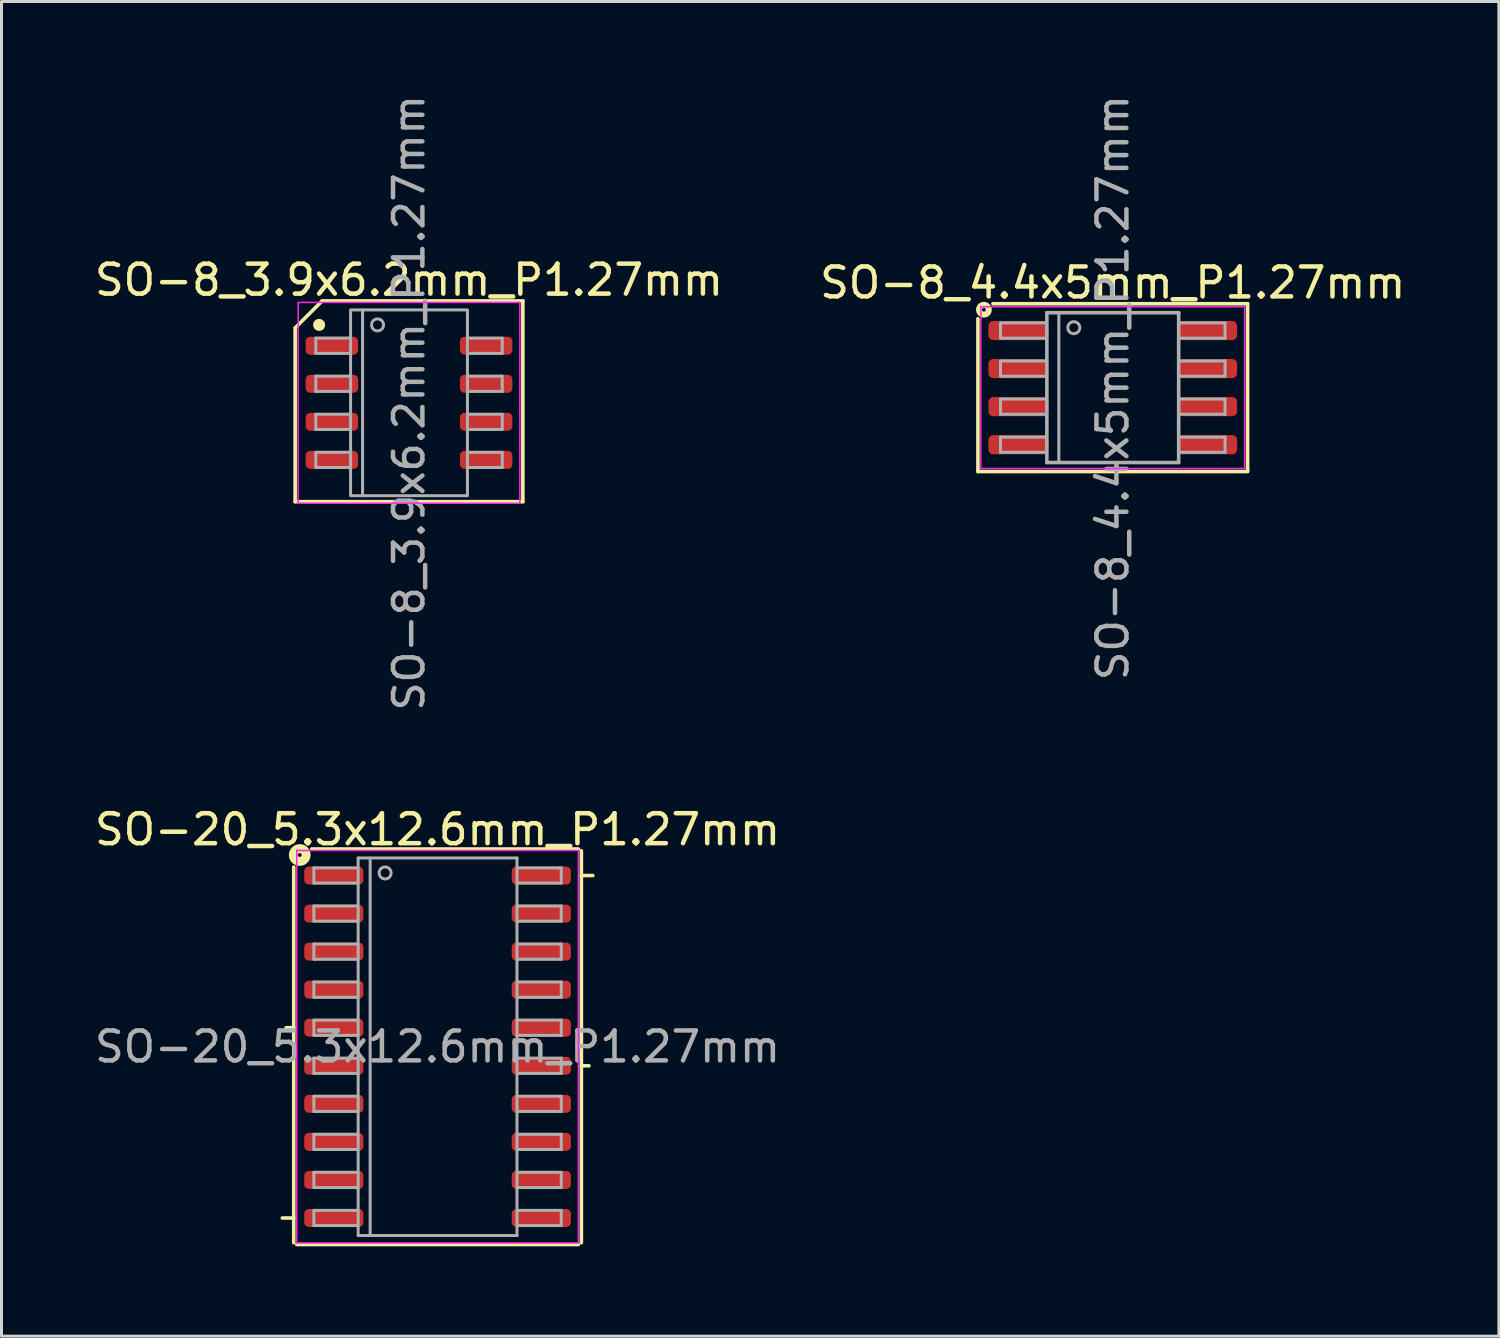
<source format=kicad_pcb>
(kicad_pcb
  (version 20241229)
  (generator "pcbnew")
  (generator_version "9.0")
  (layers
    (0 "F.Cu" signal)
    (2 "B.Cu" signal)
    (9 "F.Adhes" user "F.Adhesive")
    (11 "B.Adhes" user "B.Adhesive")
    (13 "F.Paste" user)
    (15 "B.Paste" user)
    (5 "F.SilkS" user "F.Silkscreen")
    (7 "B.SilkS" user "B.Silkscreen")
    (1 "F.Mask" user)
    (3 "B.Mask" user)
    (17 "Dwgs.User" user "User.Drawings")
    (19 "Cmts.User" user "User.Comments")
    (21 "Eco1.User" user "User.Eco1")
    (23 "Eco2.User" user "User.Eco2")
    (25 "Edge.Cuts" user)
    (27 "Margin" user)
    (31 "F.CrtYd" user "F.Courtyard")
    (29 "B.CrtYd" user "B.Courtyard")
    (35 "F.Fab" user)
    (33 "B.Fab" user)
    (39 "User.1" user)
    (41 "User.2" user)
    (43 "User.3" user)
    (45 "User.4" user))
  (footprint "SO-8_4.4x5mm_P1.27mm"
    (layer "F.Cu")
    (at 34.089 9.887)
    (property "Reference" "SO-8_4.4x5mm_P1.27mm" (at 0 -3.5 0) (layer "F.SilkS") (effects (font (size 1 1) (thickness 0.15))))
    (attr smd)
    (fp_line (start -4.5 2.8) (end -4.5 -2.3) (stroke (width 0.12) (type solid)) (layer "F.SilkS"))
    (fp_line (start -4 -2.8) (end 4.5 -2.8) (stroke (width 0.12) (type solid)) (layer "F.SilkS"))
    (fp_line (start 4.5 -2.8) (end 4.5 2.8) (stroke (width 0.12) (type solid)) (layer "F.SilkS"))
    (fp_line (start 4.5 2.8) (end -4.5 2.8) (stroke (width 0.12) (type solid)) (layer "F.SilkS"))
    (fp_circle (center -4.3 -2.6) (end -4.237 -2.6) (stroke (width 0.2) (type solid)) (fill no) (layer "F.SilkS"))
    (fp_line (start -4.4 -2.7) (end -4.4 2.7) (stroke (width 0.05) (type solid)) (layer "F.CrtYd"))
    (fp_line (start -4.4 -2.7) (end 4.4 -2.7) (stroke (width 0.05) (type solid)) (layer "F.CrtYd"))
    (fp_line (start 4.4 2.7) (end -4.4 2.7) (stroke (width 0.05) (type solid)) (layer "F.CrtYd"))
    (fp_line (start 4.4 2.7) (end 4.4 -2.7) (stroke (width 0.05) (type solid)) (layer "F.CrtYd"))
    (fp_line (start -3.747 -2.159) (end -3.747 -1.651) (stroke (width 0.1) (type solid)) (layer "F.Fab"))
    (fp_line (start -3.747 -2.159) (end -2.223 -2.159) (stroke (width 0.1) (type solid)) (layer "F.Fab"))
    (fp_line (start -3.747 -1.651) (end -2.223 -1.651) (stroke (width 0.1) (type solid)) (layer "F.Fab"))
    (fp_line (start -3.747 -0.889) (end -3.747 -0.381) (stroke (width 0.1) (type solid)) (layer "F.Fab"))
    (fp_line (start -3.747 -0.889) (end -2.223 -0.889) (stroke (width 0.1) (type solid)) (layer "F.Fab"))
    (fp_line (start -3.747 -0.381) (end -2.223 -0.381) (stroke (width 0.1) (type solid)) (layer "F.Fab"))
    (fp_line (start -3.747 0.381) (end -3.747 0.889) (stroke (width 0.1) (type solid)) (layer "F.Fab"))
    (fp_line (start -3.747 0.381) (end -2.223 0.381) (stroke (width 0.1) (type solid)) (layer "F.Fab"))
    (fp_line (start -3.747 0.889) (end -2.223 0.889) (stroke (width 0.1) (type solid)) (layer "F.Fab"))
    (fp_line (start -3.747 1.651) (end -3.747 2.159) (stroke (width 0.1) (type solid)) (layer "F.Fab"))
    (fp_line (start -3.747 1.651) (end -2.223 1.651) (stroke (width 0.1) (type solid)) (layer "F.Fab"))
    (fp_line (start -3.747 2.159) (end -2.223 2.159) (stroke (width 0.1) (type solid)) (layer "F.Fab"))
    (fp_line (start -2.2 -2.5) (end 2.2 -2.5) (stroke (width 0.12) (type solid)) (layer "F.Fab"))
    (fp_line (start -2.2 2.5) (end -2.2 -2.5) (stroke (width 0.12) (type solid)) (layer "F.Fab"))
    (fp_line (start -1.8 -2.5) (end -1.8 2.5) (stroke (width 0.1) (type solid)) (layer "F.Fab"))
    (fp_line (start 2.2 -2.5) (end 2.2 2.5) (stroke (width 0.12) (type solid)) (layer "F.Fab"))
    (fp_line (start 2.2 2.5) (end -2.2 2.5) (stroke (width 0.12) (type solid)) (layer "F.Fab"))
    (fp_line (start 3.747 -2.159) (end 2.223 -2.159) (stroke (width 0.1) (type solid)) (layer "F.Fab"))
    (fp_line (start 3.747 -1.651) (end 2.223 -1.651) (stroke (width 0.1) (type solid)) (layer "F.Fab"))
    (fp_line (start 3.747 -1.651) (end 3.747 -2.159) (stroke (width 0.1) (type solid)) (layer "F.Fab"))
    (fp_line (start 3.747 -0.889) (end 2.223 -0.889) (stroke (width 0.1) (type solid)) (layer "F.Fab"))
    (fp_line (start 3.747 -0.381) (end 2.223 -0.381) (stroke (width 0.1) (type solid)) (layer "F.Fab"))
    (fp_line (start 3.747 -0.381) (end 3.747 -0.889) (stroke (width 0.1) (type solid)) (layer "F.Fab"))
    (fp_line (start 3.747 0.381) (end 2.223 0.381) (stroke (width 0.1) (type solid)) (layer "F.Fab"))
    (fp_line (start 3.747 0.889) (end 2.223 0.889) (stroke (width 0.1) (type solid)) (layer "F.Fab"))
    (fp_line (start 3.747 0.889) (end 3.747 0.381) (stroke (width 0.1) (type solid)) (layer "F.Fab"))
    (fp_line (start 3.747 1.651) (end 2.223 1.651) (stroke (width 0.1) (type solid)) (layer "F.Fab"))
    (fp_line (start 3.747 2.159) (end 2.223 2.159) (stroke (width 0.1) (type solid)) (layer "F.Fab"))
    (fp_line (start 3.747 2.159) (end 3.747 1.651) (stroke (width 0.1) (type solid)) (layer "F.Fab"))
    (fp_circle (center -1.3 -2) (end -1.1 -2) (stroke (width 0.1) (type solid)) (fill no) (layer "F.Fab"))
    (fp_text user "${REFERENCE}" (at 0 0 90) (layer "F.Fab") (effects (font (size 1 1) (thickness 0.15))))
    (pad "1" smd roundrect (at -3.15 -1.905) (size 2 0.64) (layers "F.Cu" "F.Mask" "F.Paste") (roundrect_rratio 0.25))
    (pad "2" smd roundrect (at -3.15 -0.635) (size 2 0.64) (layers "F.Cu" "F.Mask" "F.Paste") (roundrect_rratio 0.25))
    (pad "3" smd roundrect (at -3.15 0.635) (size 2 0.64) (layers "F.Cu" "F.Mask" "F.Paste") (roundrect_rratio 0.25))
    (pad "4" smd roundrect (at -3.15 1.905) (size 2 0.64) (layers "F.Cu" "F.Mask" "F.Paste") (roundrect_rratio 0.25))
    (pad "5" smd roundrect (at 3.15 1.905) (size 2 0.64) (layers "F.Cu" "F.Mask" "F.Paste") (roundrect_rratio 0.25))
    (pad "6" smd roundrect (at 3.15 0.635) (size 2 0.64) (layers "F.Cu" "F.Mask" "F.Paste") (roundrect_rratio 0.25))
    (pad "7" smd roundrect (at 3.15 -0.635) (size 2 0.64) (layers "F.Cu" "F.Mask" "F.Paste") (roundrect_rratio 0.25))
    (pad "8" smd roundrect (at 3.15 -1.905) (size 2 0.64) (layers "F.Cu" "F.Mask" "F.Paste") (roundrect_rratio 0.25)))
  (footprint "SO-20_5.3x12.6mm_P1.27mm"
    (layer "F.Cu")
    (at 11.554 31.886)
    (property "Reference" "SO-20_5.3x12.6mm_P1.27mm" (at 0 -7.25 0) (layer "F.SilkS") (effects (font (size 1 1) (thickness 0.15))))
    (attr smd)
    (fp_line (start -4.8 -6) (end -4.8 6.54) (stroke (width 0.12) (type solid)) (layer "F.SilkS"))
    (fp_line (start -4.8 -0.635) (end -5.054 -0.635) (stroke (width 0.12) (type solid)) (layer "F.SilkS"))
    (fp_line (start -4.8 5.715) (end -5.181 5.715) (stroke (width 0.12) (type solid)) (layer "F.SilkS"))
    (fp_line (start -4.699 6.6) (end 4.699 6.6) (stroke (width 0.12) (type solid)) (layer "F.SilkS"))
    (fp_line (start 4.699 -6.6) (end -4.2 -6.6) (stroke (width 0.12) (type solid)) (layer "F.SilkS"))
    (fp_line (start 4.8 -5.715) (end 5.181 -5.715) (stroke (width 0.12) (type solid)) (layer "F.SilkS"))
    (fp_line (start 4.8 0.635) (end 5.054 0.635) (stroke (width 0.12) (type solid)) (layer "F.SilkS"))
    (fp_line (start 4.8 6.54) (end 4.8 -6.54) (stroke (width 0.12) (type solid)) (layer "F.SilkS"))
    (fp_circle (center -4.6 -6.4) (end -4.537 -6.4) (stroke (width 0.3) (type solid)) (fill no) (layer "F.SilkS"))
    (fp_line (start -4.7 -6.55) (end -4.7 6.55) (stroke (width 0.05) (type solid)) (layer "F.CrtYd"))
    (fp_line (start -4.7 6.55) (end 4.7 6.55) (stroke (width 0.05) (type solid)) (layer "F.CrtYd"))
    (fp_line (start 4.7 -6.55) (end -4.7 -6.55) (stroke (width 0.05) (type solid)) (layer "F.CrtYd"))
    (fp_line (start 4.7 6.55) (end 4.7 -6.55) (stroke (width 0.05) (type solid)) (layer "F.CrtYd"))
    (fp_line (start -4.128 -5.969) (end -4.128 -5.461) (stroke (width 0.1) (type solid)) (layer "F.Fab"))
    (fp_line (start -4.128 -5.969) (end -2.667 -5.969) (stroke (width 0.1) (type solid)) (layer "F.Fab"))
    (fp_line (start -4.128 -5.461) (end -2.667 -5.461) (stroke (width 0.1) (type solid)) (layer "F.Fab"))
    (fp_line (start -4.128 -4.699) (end -4.128 -4.191) (stroke (width 0.1) (type solid)) (layer "F.Fab"))
    (fp_line (start -4.128 -4.699) (end -2.667 -4.699) (stroke (width 0.1) (type solid)) (layer "F.Fab"))
    (fp_line (start -4.128 -4.191) (end -2.667 -4.191) (stroke (width 0.1) (type solid)) (layer "F.Fab"))
    (fp_line (start -4.128 -3.429) (end -4.128 -2.921) (stroke (width 0.1) (type solid)) (layer "F.Fab"))
    (fp_line (start -4.128 -3.429) (end -2.667 -3.429) (stroke (width 0.1) (type solid)) (layer "F.Fab"))
    (fp_line (start -4.128 -2.921) (end -2.667 -2.921) (stroke (width 0.1) (type solid)) (layer "F.Fab"))
    (fp_line (start -4.128 -2.159) (end -4.128 -1.651) (stroke (width 0.1) (type solid)) (layer "F.Fab"))
    (fp_line (start -4.128 -2.159) (end -2.667 -2.159) (stroke (width 0.1) (type solid)) (layer "F.Fab"))
    (fp_line (start -4.128 -1.651) (end -2.667 -1.651) (stroke (width 0.1) (type solid)) (layer "F.Fab"))
    (fp_line (start -4.128 -0.889) (end -4.128 -0.381) (stroke (width 0.1) (type solid)) (layer "F.Fab"))
    (fp_line (start -4.128 -0.889) (end -2.667 -0.889) (stroke (width 0.1) (type solid)) (layer "F.Fab"))
    (fp_line (start -4.128 -0.381) (end -2.667 -0.381) (stroke (width 0.1) (type solid)) (layer "F.Fab"))
    (fp_line (start -4.128 0.381) (end -4.128 0.889) (stroke (width 0.1) (type solid)) (layer "F.Fab"))
    (fp_line (start -4.128 0.381) (end -2.667 0.381) (stroke (width 0.1) (type solid)) (layer "F.Fab"))
    (fp_line (start -4.128 0.889) (end -2.667 0.889) (stroke (width 0.1) (type solid)) (layer "F.Fab"))
    (fp_line (start -4.128 1.651) (end -4.128 2.159) (stroke (width 0.1) (type solid)) (layer "F.Fab"))
    (fp_line (start -4.128 1.651) (end -2.667 1.651) (stroke (width 0.1) (type solid)) (layer "F.Fab"))
    (fp_line (start -4.128 2.159) (end -2.667 2.159) (stroke (width 0.1) (type solid)) (layer "F.Fab"))
    (fp_line (start -4.128 2.921) (end -4.128 3.429) (stroke (width 0.1) (type solid)) (layer "F.Fab"))
    (fp_line (start -4.128 2.921) (end -2.667 2.921) (stroke (width 0.1) (type solid)) (layer "F.Fab"))
    (fp_line (start -4.128 3.429) (end -2.667 3.429) (stroke (width 0.1) (type solid)) (layer "F.Fab"))
    (fp_line (start -4.128 4.191) (end -4.128 4.699) (stroke (width 0.1) (type solid)) (layer "F.Fab"))
    (fp_line (start -4.128 4.191) (end -2.667 4.191) (stroke (width 0.1) (type solid)) (layer "F.Fab"))
    (fp_line (start -4.128 4.699) (end -2.667 4.699) (stroke (width 0.1) (type solid)) (layer "F.Fab"))
    (fp_line (start -4.128 5.461) (end -4.128 5.969) (stroke (width 0.1) (type solid)) (layer "F.Fab"))
    (fp_line (start -4.128 5.461) (end -2.667 5.461) (stroke (width 0.1) (type solid)) (layer "F.Fab"))
    (fp_line (start -4.128 5.969) (end -2.667 5.969) (stroke (width 0.1) (type solid)) (layer "F.Fab"))
    (fp_line (start -2.65 -6.3) (end 2.65 -6.3) (stroke (width 0.1) (type solid)) (layer "F.Fab"))
    (fp_line (start -2.65 6.3) (end -2.65 -6.3) (stroke (width 0.1) (type solid)) (layer "F.Fab"))
    (fp_line (start -2.25 -6.3) (end -2.25 6.3) (stroke (width 0.1) (type solid)) (layer "F.Fab"))
    (fp_line (start 2.65 -6.3) (end 2.65 6.3) (stroke (width 0.1) (type solid)) (layer "F.Fab"))
    (fp_line (start 2.65 6.3) (end -2.65 6.3) (stroke (width 0.1) (type solid)) (layer "F.Fab"))
    (fp_line (start 4.128 -5.969) (end 2.667 -5.969) (stroke (width 0.1) (type solid)) (layer "F.Fab"))
    (fp_line (start 4.128 -5.461) (end 2.667 -5.461) (stroke (width 0.1) (type solid)) (layer "F.Fab"))
    (fp_line (start 4.128 -5.461) (end 4.128 -5.969) (stroke (width 0.1) (type solid)) (layer "F.Fab"))
    (fp_line (start 4.128 -4.699) (end 2.667 -4.699) (stroke (width 0.1) (type solid)) (layer "F.Fab"))
    (fp_line (start 4.128 -4.191) (end 2.667 -4.191) (stroke (width 0.1) (type solid)) (layer "F.Fab"))
    (fp_line (start 4.128 -4.191) (end 4.128 -4.699) (stroke (width 0.1) (type solid)) (layer "F.Fab"))
    (fp_line (start 4.128 -3.429) (end 2.667 -3.429) (stroke (width 0.1) (type solid)) (layer "F.Fab"))
    (fp_line (start 4.128 -2.921) (end 2.667 -2.921) (stroke (width 0.1) (type solid)) (layer "F.Fab"))
    (fp_line (start 4.128 -2.921) (end 4.128 -3.429) (stroke (width 0.1) (type solid)) (layer "F.Fab"))
    (fp_line (start 4.128 -2.159) (end 2.667 -2.159) (stroke (width 0.1) (type solid)) (layer "F.Fab"))
    (fp_line (start 4.128 -1.651) (end 2.667 -1.651) (stroke (width 0.1) (type solid)) (layer "F.Fab"))
    (fp_line (start 4.128 -1.651) (end 4.128 -2.159) (stroke (width 0.1) (type solid)) (layer "F.Fab"))
    (fp_line (start 4.128 -0.889) (end 2.667 -0.889) (stroke (width 0.1) (type solid)) (layer "F.Fab"))
    (fp_line (start 4.128 -0.381) (end 2.667 -0.381) (stroke (width 0.1) (type solid)) (layer "F.Fab"))
    (fp_line (start 4.128 -0.381) (end 4.128 -0.889) (stroke (width 0.1) (type solid)) (layer "F.Fab"))
    (fp_line (start 4.128 0.381) (end 2.667 0.381) (stroke (width 0.1) (type solid)) (layer "F.Fab"))
    (fp_line (start 4.128 0.889) (end 2.667 0.889) (stroke (width 0.1) (type solid)) (layer "F.Fab"))
    (fp_line (start 4.128 0.889) (end 4.128 0.381) (stroke (width 0.1) (type solid)) (layer "F.Fab"))
    (fp_line (start 4.128 1.651) (end 2.667 1.651) (stroke (width 0.1) (type solid)) (layer "F.Fab"))
    (fp_line (start 4.128 2.159) (end 2.667 2.159) (stroke (width 0.1) (type solid)) (layer "F.Fab"))
    (fp_line (start 4.128 2.159) (end 4.128 1.651) (stroke (width 0.1) (type solid)) (layer "F.Fab"))
    (fp_line (start 4.128 2.921) (end 2.667 2.921) (stroke (width 0.1) (type solid)) (layer "F.Fab"))
    (fp_line (start 4.128 3.429) (end 2.667 3.429) (stroke (width 0.1) (type solid)) (layer "F.Fab"))
    (fp_line (start 4.128 3.429) (end 4.128 2.921) (stroke (width 0.1) (type solid)) (layer "F.Fab"))
    (fp_line (start 4.128 4.191) (end 2.667 4.191) (stroke (width 0.1) (type solid)) (layer "F.Fab"))
    (fp_line (start 4.128 4.699) (end 2.667 4.699) (stroke (width 0.1) (type solid)) (layer "F.Fab"))
    (fp_line (start 4.128 4.699) (end 4.128 4.191) (stroke (width 0.1) (type solid)) (layer "F.Fab"))
    (fp_line (start 4.128 5.461) (end 2.667 5.461) (stroke (width 0.1) (type solid)) (layer "F.Fab"))
    (fp_line (start 4.128 5.969) (end 2.667 5.969) (stroke (width 0.1) (type solid)) (layer "F.Fab"))
    (fp_line (start 4.128 5.969) (end 4.128 5.461) (stroke (width 0.1) (type solid)) (layer "F.Fab"))
    (fp_circle (center -1.75 -5.8) (end -1.55 -5.8) (stroke (width 0.1) (type solid)) (fill no) (layer "F.Fab"))
    (fp_text user "${REFERENCE}" (at 0 0 0) (layer "F.Fab") (effects (font (size 1 1) (thickness 0.15))))
    (pad "1" smd roundrect (at -3.462 -5.715) (size 1.975 0.6) (layers "F.Cu" "F.Mask" "F.Paste") (roundrect_rratio 0.25))
    (pad "2" smd roundrect (at -3.462 -4.445) (size 1.975 0.6) (layers "F.Cu" "F.Mask" "F.Paste") (roundrect_rratio 0.25))
    (pad "3" smd roundrect (at -3.462 -3.175) (size 1.975 0.6) (layers "F.Cu" "F.Mask" "F.Paste") (roundrect_rratio 0.25))
    (pad "4" smd roundrect (at -3.462 -1.905) (size 1.975 0.6) (layers "F.Cu" "F.Mask" "F.Paste") (roundrect_rratio 0.25))
    (pad "5" smd roundrect (at -3.462 -0.635) (size 1.975 0.6) (layers "F.Cu" "F.Mask" "F.Paste") (roundrect_rratio 0.25))
    (pad "6" smd roundrect (at -3.462 0.635) (size 1.975 0.6) (layers "F.Cu" "F.Mask" "F.Paste") (roundrect_rratio 0.25))
    (pad "7" smd roundrect (at -3.462 1.905) (size 1.975 0.6) (layers "F.Cu" "F.Mask" "F.Paste") (roundrect_rratio 0.25))
    (pad "8" smd roundrect (at -3.462 3.175) (size 1.975 0.6) (layers "F.Cu" "F.Mask" "F.Paste") (roundrect_rratio 0.25))
    (pad "9" smd roundrect (at -3.462 4.445) (size 1.975 0.6) (layers "F.Cu" "F.Mask" "F.Paste") (roundrect_rratio 0.25))
    (pad "10" smd roundrect (at -3.462 5.715) (size 1.975 0.6) (layers "F.Cu" "F.Mask" "F.Paste") (roundrect_rratio 0.25))
    (pad "11" smd roundrect (at 3.462 5.715) (size 1.975 0.6) (layers "F.Cu" "F.Mask" "F.Paste") (roundrect_rratio 0.25))
    (pad "12" smd roundrect (at 3.462 4.445) (size 1.975 0.6) (layers "F.Cu" "F.Mask" "F.Paste") (roundrect_rratio 0.25))
    (pad "13" smd roundrect (at 3.462 3.175) (size 1.975 0.6) (layers "F.Cu" "F.Mask" "F.Paste") (roundrect_rratio 0.25))
    (pad "14" smd roundrect (at 3.462 1.905) (size 1.975 0.6) (layers "F.Cu" "F.Mask" "F.Paste") (roundrect_rratio 0.25))
    (pad "15" smd roundrect (at 3.462 0.635) (size 1.975 0.6) (layers "F.Cu" "F.Mask" "F.Paste") (roundrect_rratio 0.25))
    (pad "16" smd roundrect (at 3.462 -0.635) (size 1.975 0.6) (layers "F.Cu" "F.Mask" "F.Paste") (roundrect_rratio 0.25))
    (pad "17" smd roundrect (at 3.462 -1.905) (size 1.975 0.6) (layers "F.Cu" "F.Mask" "F.Paste") (roundrect_rratio 0.25))
    (pad "18" smd roundrect (at 3.462 -3.175) (size 1.975 0.6) (layers "F.Cu" "F.Mask" "F.Paste") (roundrect_rratio 0.25))
    (pad "19" smd roundrect (at 3.462 -4.445) (size 1.975 0.6) (layers "F.Cu" "F.Mask" "F.Paste") (roundrect_rratio 0.25))
    (pad "20" smd roundrect (at 3.462 -5.715) (size 1.975 0.6) (layers "F.Cu" "F.Mask" "F.Paste") (roundrect_rratio 0.25)))
  (footprint "SO-8_3.9x6.2mm_P1.27mm"
    (layer "F.Cu")
    (at 10.601 10.394)
    (property "Reference" "SO-8_3.9x6.2mm_P1.27mm" (at 0 -4.1 0) (layer "F.SilkS") (effects (font (size 1 1) (thickness 0.15))))
    (attr smd)
    (fp_line (start -3.8 -2.5) (end -2.9 -3.4) (stroke (width 0.12) (type solid)) (layer "F.SilkS"))
    (fp_line (start -3.8 3.3) (end -3.8 -2.5) (stroke (width 0.12) (type solid)) (layer "F.SilkS"))
    (fp_line (start -2.9 -3.4) (end 3.8 -3.4) (stroke (width 0.12) (type solid)) (layer "F.SilkS"))
    (fp_line (start 3.8 -3.4) (end 3.8 3.3) (stroke (width 0.12) (type solid)) (layer "F.SilkS"))
    (fp_line (start 3.8 3.3) (end -3.8 3.3) (stroke (width 0.12) (type solid)) (layer "F.SilkS"))
    (fp_circle (center -3 -2.6) (end -2.9 -2.6) (stroke (width 0.2) (type solid)) (fill yes) (layer "F.SilkS"))
    (fp_rect (start -3.7 -3.35) (end 3.7 3.35) (stroke (width 0.05) (type solid)) (fill no) (layer "F.CrtYd"))
    (fp_line (start -3.111 -2.159) (end -3.111 -1.651) (stroke (width 0.1) (type solid)) (layer "F.Fab"))
    (fp_line (start -3.111 -2.159) (end -1.968 -2.159) (stroke (width 0.1) (type solid)) (layer "F.Fab"))
    (fp_line (start -3.111 -1.651) (end -1.968 -1.651) (stroke (width 0.1) (type solid)) (layer "F.Fab"))
    (fp_line (start -3.111 -0.889) (end -3.111 -0.381) (stroke (width 0.1) (type solid)) (layer "F.Fab"))
    (fp_line (start -3.111 -0.889) (end -1.968 -0.889) (stroke (width 0.1) (type solid)) (layer "F.Fab"))
    (fp_line (start -3.111 -0.381) (end -1.968 -0.381) (stroke (width 0.1) (type solid)) (layer "F.Fab"))
    (fp_line (start -3.111 0.381) (end -3.111 0.889) (stroke (width 0.1) (type solid)) (layer "F.Fab"))
    (fp_line (start -3.111 0.381) (end -1.968 0.381) (stroke (width 0.1) (type solid)) (layer "F.Fab"))
    (fp_line (start -3.111 0.889) (end -1.968 0.889) (stroke (width 0.1) (type solid)) (layer "F.Fab"))
    (fp_line (start -3.111 1.651) (end -3.111 2.159) (stroke (width 0.1) (type solid)) (layer "F.Fab"))
    (fp_line (start -3.111 1.651) (end -1.968 1.651) (stroke (width 0.1) (type solid)) (layer "F.Fab"))
    (fp_line (start -3.111 2.159) (end -1.968 2.159) (stroke (width 0.1) (type solid)) (layer "F.Fab"))
    (fp_line (start -1.55 -3.1) (end -1.55 3.1) (stroke (width 0.1) (type solid)) (layer "F.Fab"))
    (fp_line (start 3.111 -2.159) (end 1.968 -2.159) (stroke (width 0.1) (type solid)) (layer "F.Fab"))
    (fp_line (start 3.111 -1.651) (end 1.968 -1.651) (stroke (width 0.1) (type solid)) (layer "F.Fab"))
    (fp_line (start 3.111 -1.651) (end 3.111 -2.159) (stroke (width 0.1) (type solid)) (layer "F.Fab"))
    (fp_line (start 3.111 -0.889) (end 1.968 -0.889) (stroke (width 0.1) (type solid)) (layer "F.Fab"))
    (fp_line (start 3.111 -0.381) (end 1.968 -0.381) (stroke (width 0.1) (type solid)) (layer "F.Fab"))
    (fp_line (start 3.111 -0.381) (end 3.111 -0.889) (stroke (width 0.1) (type solid)) (layer "F.Fab"))
    (fp_line (start 3.111 0.381) (end 1.968 0.381) (stroke (width 0.1) (type solid)) (layer "F.Fab"))
    (fp_line (start 3.111 0.889) (end 1.968 0.889) (stroke (width 0.1) (type solid)) (layer "F.Fab"))
    (fp_line (start 3.111 0.889) (end 3.111 0.381) (stroke (width 0.1) (type solid)) (layer "F.Fab"))
    (fp_line (start 3.111 1.651) (end 1.968 1.651) (stroke (width 0.1) (type solid)) (layer "F.Fab"))
    (fp_line (start 3.111 2.159) (end 1.968 2.159) (stroke (width 0.1) (type solid)) (layer "F.Fab"))
    (fp_line (start 3.111 2.159) (end 3.111 1.651) (stroke (width 0.1) (type solid)) (layer "F.Fab"))
    (fp_rect (start -1.95 -3.1) (end 1.95 3.1) (stroke (width 0.1) (type solid)) (fill no) (layer "F.Fab"))
    (fp_circle (center -1.05 -2.6) (end -0.85 -2.6) (stroke (width 0.1) (type solid)) (fill no) (layer "F.Fab"))
    (fp_text user "${REFERENCE}" (at 0 0 270) (layer "F.Fab") (effects (font (size 0.98 0.98) (thickness 0.15))))
    (pad "1" smd roundrect (at -2.575 -1.905) (size 1.75 0.6) (layers "F.Cu" "F.Mask" "F.Paste") (roundrect_rratio 0.25))
    (pad "2" smd roundrect (at -2.575 -0.635) (size 1.75 0.6) (layers "F.Cu" "F.Mask" "F.Paste") (roundrect_rratio 0.25))
    (pad "3" smd roundrect (at -2.575 0.635) (size 1.75 0.6) (layers "F.Cu" "F.Mask" "F.Paste") (roundrect_rratio 0.25))
    (pad "4" smd roundrect (at -2.575 1.905) (size 1.75 0.6) (layers "F.Cu" "F.Mask" "F.Paste") (roundrect_rratio 0.25))
    (pad "5" smd roundrect (at 2.575 1.905) (size 1.75 0.6) (layers "F.Cu" "F.Mask" "F.Paste") (roundrect_rratio 0.25))
    (pad "6" smd roundrect (at 2.575 0.635) (size 1.75 0.6) (layers "F.Cu" "F.Mask" "F.Paste") (roundrect_rratio 0.25))
    (pad "7" smd roundrect (at 2.575 -0.635) (size 1.75 0.6) (layers "F.Cu" "F.Mask" "F.Paste") (roundrect_rratio 0.25))
    (pad "8" smd roundrect (at 2.575 -1.905) (size 1.75 0.6) (layers "F.Cu" "F.Mask" "F.Paste") (roundrect_rratio 0.25)))
  (gr_rect
    (start -3 -3)
    (end 46.976 41.546)
    (stroke (width 0.1) (type default))
    (fill no)
    (layer "Edge.Cuts")))
</source>
